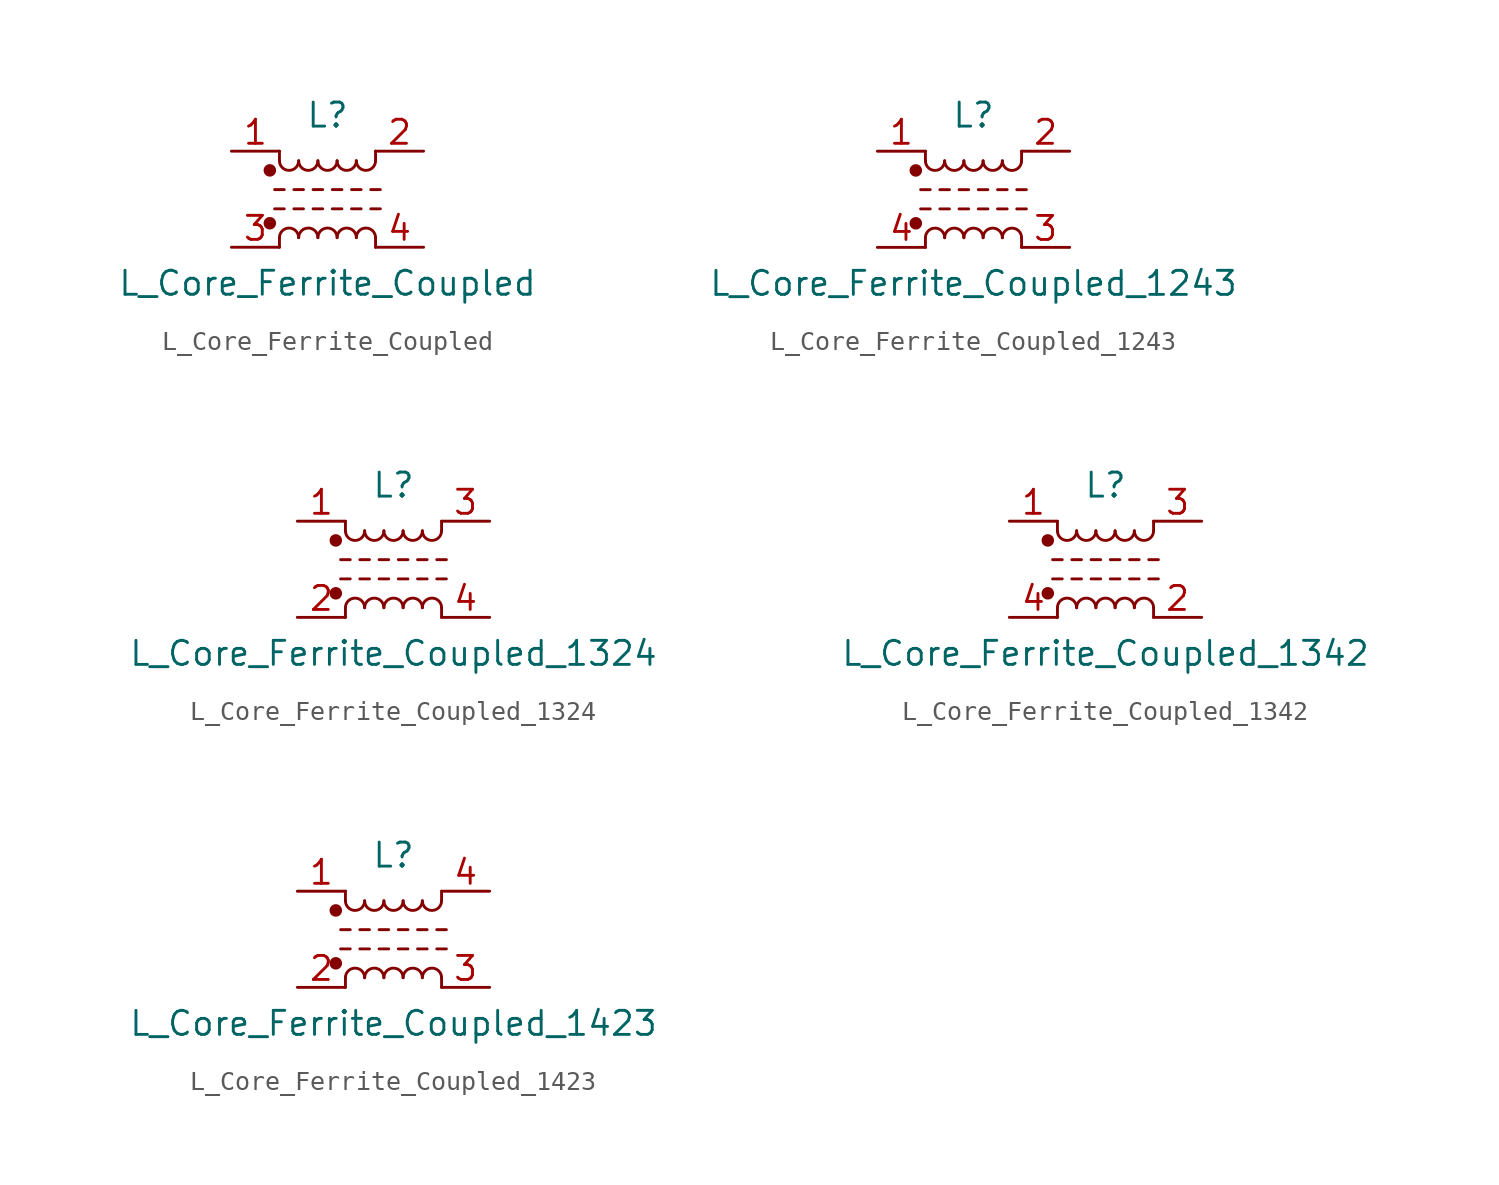
<source format=kicad_sym>
(kicad_symbol_lib
  (version 20211014)
  (generator kicad_symbol_editor)
  (symbol "L_Core_Ferrite_Coupled"
    (pin_names
      (offset 0.254) hide)
    (property "Reference" "L"
      (at 0 4.445 0)
      (effects (font (size 1.27 1.27))))
    (property "Value" "L_Core_Ferrite_Coupled"
      (at 0 -4.445 0)
      (effects (font (size 1.27 1.27))))
    (symbol "L_Core_Ferrite_Coupled_0_1"
      (circle (center -3.048 -1.27) (radius 0.254) (stroke (width 0) (type default) (color 0 0 0 0)) (fill (type outline)))
      (circle (center -3.048 1.524) (radius 0.254) (stroke (width 0) (type default) (color 0 0 0 0)) (fill (type outline)))
      (arc (start -2.54 2.032) (mid -2.032 1.524) (end -1.524 2.032) (stroke (width 0) (type default) (color 0 0 0 0)) (fill (type none)))
      (arc (start -1.524 -2.032) (mid -2.032 -1.524) (end -2.54 -2.032) (stroke (width 0) (type default) (color 0 0 0 0)) (fill (type none)))
      (arc (start -1.524 2.032) (mid -1.016 1.524) (end -0.508 2.032) (stroke (width 0) (type default) (color 0 0 0 0)) (fill (type none)))
      (arc (start -0.508 -2.032) (mid -1.016 -1.524) (end -1.524 -2.032) (stroke (width 0) (type default) (color 0 0 0 0)) (fill (type none)))
      (arc (start -0.508 2.032) (mid 0 1.524) (end 0.508 2.032) (stroke (width 0) (type default) (color 0 0 0 0)) (fill (type none)))
      (polyline (pts (xy -2.794 -0.508) (xy -2.286 -0.508)) (stroke (width 0) (type default) (color 0 0 0 0)) (fill (type none)))
      (polyline (pts (xy -2.794 0.508) (xy -2.286 0.508)) (stroke (width 0) (type default) (color 0 0 0 0)) (fill (type none)))
      (polyline (pts (xy -2.54 -2.032) (xy -2.54 -2.54)) (stroke (width 0) (type default) (color 0 0 0 0)) (fill (type none)))
      (polyline (pts (xy -2.54 2.032) (xy -2.54 2.54)) (stroke (width 0) (type default) (color 0 0 0 0)) (fill (type none)))
      (polyline (pts (xy -1.778 -0.508) (xy -1.27 -0.508)) (stroke (width 0) (type default) (color 0 0 0 0)) (fill (type none)))
      (polyline (pts (xy -1.778 0.508) (xy -1.27 0.508)) (stroke (width 0) (type default) (color 0 0 0 0)) (fill (type none)))
      (polyline (pts (xy -0.762 -0.508) (xy -0.254 -0.508)) (stroke (width 0) (type default) (color 0 0 0 0)) (fill (type none)))
      (polyline (pts (xy -0.762 0.508) (xy -0.254 0.508)) (stroke (width 0) (type default) (color 0 0 0 0)) (fill (type none)))
      (polyline (pts (xy 0.254 -0.508) (xy 0.762 -0.508)) (stroke (width 0) (type default) (color 0 0 0 0)) (fill (type none)))
      (polyline (pts (xy 0.254 0.508) (xy 0.762 0.508)) (stroke (width 0) (type default) (color 0 0 0 0)) (fill (type none)))
      (polyline (pts (xy 1.27 -0.508) (xy 1.778 -0.508)) (stroke (width 0) (type default) (color 0 0 0 0)) (fill (type none)))
      (polyline (pts (xy 1.27 0.508) (xy 1.778 0.508)) (stroke (width 0) (type default) (color 0 0 0 0)) (fill (type none)))
      (polyline (pts (xy 2.286 -0.508) (xy 2.794 -0.508)) (stroke (width 0) (type default) (color 0 0 0 0)) (fill (type none)))
      (polyline (pts (xy 2.286 0.508) (xy 2.794 0.508)) (stroke (width 0) (type default) (color 0 0 0 0)) (fill (type none)))
      (polyline (pts (xy 2.54 -2.032) (xy 2.54 -2.54)) (stroke (width 0) (type default) (color 0 0 0 0)) (fill (type none)))
      (polyline (pts (xy 2.54 2.54) (xy 2.54 2.032)) (stroke (width 0) (type default) (color 0 0 0 0)) (fill (type none)))
      (arc (start 0.508 -2.032) (mid 0 -1.524) (end -0.508 -2.032) (stroke (width 0) (type default) (color 0 0 0 0)) (fill (type none)))
      (arc (start 0.508 2.032) (mid 1.016 1.524) (end 1.524 2.032) (stroke (width 0) (type default) (color 0 0 0 0)) (fill (type none)))
      (arc (start 1.524 -2.032) (mid 1.016 -1.524) (end 0.508 -2.032) (stroke (width 0) (type default) (color 0 0 0 0)) (fill (type none)))
      (arc (start 1.524 2.032) (mid 2.032 1.524) (end 2.54 2.032) (stroke (width 0) (type default) (color 0 0 0 0)) (fill (type none)))
      (arc (start 2.54 -2.032) (mid 2.032 -1.524) (end 1.524 -2.032) (stroke (width 0) (type default) (color 0 0 0 0)) (fill (type none))))
    (symbol "L_Core_Ferrite_Coupled_1_1"
      (pin passive line (at -5.08 2.54 0) (length 2.54) (name "1" (effects (font (size 1.27 1.27)))) (number "1" (effects (font (size 1.27 1.27)))))
      (pin passive line (at 5.08 2.54 180) (length 2.54) (name "2" (effects (font (size 1.27 1.27)))) (number "2" (effects (font (size 1.27 1.27)))))
      (pin passive line (at -5.08 -2.54 0) (length 2.54) (name "3" (effects (font (size 1.27 1.27)))) (number "3" (effects (font (size 1.27 1.27)))))
      (pin passive line (at 5.08 -2.54 180) (length 2.54) (name "4" (effects (font (size 1.27 1.27)))) (number "4" (effects (font (size 1.27 1.27)))))))
  (symbol "L_Core_Ferrite_Coupled_1243"
    (pin_names
      (offset 0.254) hide)
    (property "Reference" "L"
      (at 0 4.445 0)
      (effects (font (size 1.27 1.27))))
    (property "Value" "L_Core_Ferrite_Coupled_1243"
      (at 0 -4.445 0)
      (effects (font (size 1.27 1.27))))
    (symbol "L_Core_Ferrite_Coupled_1243_0_1"
      (circle (center -3.048 -1.27) (radius 0.254) (stroke (width 0) (type default) (color 0 0 0 0)) (fill (type outline)))
      (circle (center -3.048 1.524) (radius 0.254) (stroke (width 0) (type default) (color 0 0 0 0)) (fill (type outline)))
      (arc (start -2.54 2.032) (mid -2.032 1.524) (end -1.524 2.032) (stroke (width 0) (type default) (color 0 0 0 0)) (fill (type none)))
      (arc (start -1.524 -2.032) (mid -2.032 -1.524) (end -2.54 -2.032) (stroke (width 0) (type default) (color 0 0 0 0)) (fill (type none)))
      (arc (start -1.524 2.032) (mid -1.016 1.524) (end -0.508 2.032) (stroke (width 0) (type default) (color 0 0 0 0)) (fill (type none)))
      (arc (start -0.508 -2.032) (mid -1.016 -1.524) (end -1.524 -2.032) (stroke (width 0) (type default) (color 0 0 0 0)) (fill (type none)))
      (arc (start -0.508 2.032) (mid 0 1.524) (end 0.508 2.032) (stroke (width 0) (type default) (color 0 0 0 0)) (fill (type none)))
      (polyline (pts (xy -2.794 -0.508) (xy -2.286 -0.508)) (stroke (width 0) (type default) (color 0 0 0 0)) (fill (type none)))
      (polyline (pts (xy -2.794 0.508) (xy -2.286 0.508)) (stroke (width 0) (type default) (color 0 0 0 0)) (fill (type none)))
      (polyline (pts (xy -2.54 -2.032) (xy -2.54 -2.54)) (stroke (width 0) (type default) (color 0 0 0 0)) (fill (type none)))
      (polyline (pts (xy -2.54 2.032) (xy -2.54 2.54)) (stroke (width 0) (type default) (color 0 0 0 0)) (fill (type none)))
      (polyline (pts (xy -1.778 -0.508) (xy -1.27 -0.508)) (stroke (width 0) (type default) (color 0 0 0 0)) (fill (type none)))
      (polyline (pts (xy -1.778 0.508) (xy -1.27 0.508)) (stroke (width 0) (type default) (color 0 0 0 0)) (fill (type none)))
      (polyline (pts (xy -0.762 -0.508) (xy -0.254 -0.508)) (stroke (width 0) (type default) (color 0 0 0 0)) (fill (type none)))
      (polyline (pts (xy -0.762 0.508) (xy -0.254 0.508)) (stroke (width 0) (type default) (color 0 0 0 0)) (fill (type none)))
      (polyline (pts (xy 0.254 -0.508) (xy 0.762 -0.508)) (stroke (width 0) (type default) (color 0 0 0 0)) (fill (type none)))
      (polyline (pts (xy 0.254 0.508) (xy 0.762 0.508)) (stroke (width 0) (type default) (color 0 0 0 0)) (fill (type none)))
      (polyline (pts (xy 1.27 -0.508) (xy 1.778 -0.508)) (stroke (width 0) (type default) (color 0 0 0 0)) (fill (type none)))
      (polyline (pts (xy 1.27 0.508) (xy 1.778 0.508)) (stroke (width 0) (type default) (color 0 0 0 0)) (fill (type none)))
      (polyline (pts (xy 2.286 -0.508) (xy 2.794 -0.508)) (stroke (width 0) (type default) (color 0 0 0 0)) (fill (type none)))
      (polyline (pts (xy 2.286 0.508) (xy 2.794 0.508)) (stroke (width 0) (type default) (color 0 0 0 0)) (fill (type none)))
      (polyline (pts (xy 2.54 -2.032) (xy 2.54 -2.54)) (stroke (width 0) (type default) (color 0 0 0 0)) (fill (type none)))
      (polyline (pts (xy 2.54 2.54) (xy 2.54 2.032)) (stroke (width 0) (type default) (color 0 0 0 0)) (fill (type none)))
      (arc (start 0.508 -2.032) (mid 0 -1.524) (end -0.508 -2.032) (stroke (width 0) (type default) (color 0 0 0 0)) (fill (type none)))
      (arc (start 0.508 2.032) (mid 1.016 1.524) (end 1.524 2.032) (stroke (width 0) (type default) (color 0 0 0 0)) (fill (type none)))
      (arc (start 1.524 -2.032) (mid 1.016 -1.524) (end 0.508 -2.032) (stroke (width 0) (type default) (color 0 0 0 0)) (fill (type none)))
      (arc (start 1.524 2.032) (mid 2.032 1.524) (end 2.54 2.032) (stroke (width 0) (type default) (color 0 0 0 0)) (fill (type none)))
      (arc (start 2.54 -2.032) (mid 2.032 -1.524) (end 1.524 -2.032) (stroke (width 0) (type default) (color 0 0 0 0)) (fill (type none))))
    (symbol "L_Core_Ferrite_Coupled_1243_1_1"
      (pin passive line (at -5.08 2.54 0) (length 2.54) (name "1" (effects (font (size 1.27 1.27)))) (number "1" (effects (font (size 1.27 1.27)))))
      (pin passive line (at 5.08 2.54 180) (length 2.54) (name "2" (effects (font (size 1.27 1.27)))) (number "2" (effects (font (size 1.27 1.27)))))
      (pin passive line (at 5.08 -2.54 180) (length 2.54) (name "3" (effects (font (size 1.27 1.27)))) (number "3" (effects (font (size 1.27 1.27)))))
      (pin passive line (at -5.08 -2.54 0) (length 2.54) (name "4" (effects (font (size 1.27 1.27)))) (number "4" (effects (font (size 1.27 1.27)))))))
  (symbol "L_Core_Ferrite_Coupled_1324"
    (pin_names
      (offset 0.254) hide)
    (property "Reference" "L"
      (at 0 4.445 0)
      (effects (font (size 1.27 1.27))))
    (property "Value" "L_Core_Ferrite_Coupled_1324"
      (at 0 -4.445 0)
      (effects (font (size 1.27 1.27))))
    (symbol "L_Core_Ferrite_Coupled_1324_0_1"
      (circle (center -3.048 -1.27) (radius 0.254) (stroke (width 0) (type default) (color 0 0 0 0)) (fill (type outline)))
      (circle (center -3.048 1.524) (radius 0.254) (stroke (width 0) (type default) (color 0 0 0 0)) (fill (type outline)))
      (arc (start -2.54 2.032) (mid -2.032 1.524) (end -1.524 2.032) (stroke (width 0) (type default) (color 0 0 0 0)) (fill (type none)))
      (arc (start -1.524 -2.032) (mid -2.032 -1.524) (end -2.54 -2.032) (stroke (width 0) (type default) (color 0 0 0 0)) (fill (type none)))
      (arc (start -1.524 2.032) (mid -1.016 1.524) (end -0.508 2.032) (stroke (width 0) (type default) (color 0 0 0 0)) (fill (type none)))
      (arc (start -0.508 -2.032) (mid -1.016 -1.524) (end -1.524 -2.032) (stroke (width 0) (type default) (color 0 0 0 0)) (fill (type none)))
      (arc (start -0.508 2.032) (mid 0 1.524) (end 0.508 2.032) (stroke (width 0) (type default) (color 0 0 0 0)) (fill (type none)))
      (polyline (pts (xy -2.794 -0.508) (xy -2.286 -0.508)) (stroke (width 0) (type default) (color 0 0 0 0)) (fill (type none)))
      (polyline (pts (xy -2.794 0.508) (xy -2.286 0.508)) (stroke (width 0) (type default) (color 0 0 0 0)) (fill (type none)))
      (polyline (pts (xy -2.54 -2.032) (xy -2.54 -2.54)) (stroke (width 0) (type default) (color 0 0 0 0)) (fill (type none)))
      (polyline (pts (xy -2.54 2.032) (xy -2.54 2.54)) (stroke (width 0) (type default) (color 0 0 0 0)) (fill (type none)))
      (polyline (pts (xy -1.778 -0.508) (xy -1.27 -0.508)) (stroke (width 0) (type default) (color 0 0 0 0)) (fill (type none)))
      (polyline (pts (xy -1.778 0.508) (xy -1.27 0.508)) (stroke (width 0) (type default) (color 0 0 0 0)) (fill (type none)))
      (polyline (pts (xy -0.762 -0.508) (xy -0.254 -0.508)) (stroke (width 0) (type default) (color 0 0 0 0)) (fill (type none)))
      (polyline (pts (xy -0.762 0.508) (xy -0.254 0.508)) (stroke (width 0) (type default) (color 0 0 0 0)) (fill (type none)))
      (polyline (pts (xy 0.254 -0.508) (xy 0.762 -0.508)) (stroke (width 0) (type default) (color 0 0 0 0)) (fill (type none)))
      (polyline (pts (xy 0.254 0.508) (xy 0.762 0.508)) (stroke (width 0) (type default) (color 0 0 0 0)) (fill (type none)))
      (polyline (pts (xy 1.27 -0.508) (xy 1.778 -0.508)) (stroke (width 0) (type default) (color 0 0 0 0)) (fill (type none)))
      (polyline (pts (xy 1.27 0.508) (xy 1.778 0.508)) (stroke (width 0) (type default) (color 0 0 0 0)) (fill (type none)))
      (polyline (pts (xy 2.286 -0.508) (xy 2.794 -0.508)) (stroke (width 0) (type default) (color 0 0 0 0)) (fill (type none)))
      (polyline (pts (xy 2.286 0.508) (xy 2.794 0.508)) (stroke (width 0) (type default) (color 0 0 0 0)) (fill (type none)))
      (polyline (pts (xy 2.54 -2.032) (xy 2.54 -2.54)) (stroke (width 0) (type default) (color 0 0 0 0)) (fill (type none)))
      (polyline (pts (xy 2.54 2.54) (xy 2.54 2.032)) (stroke (width 0) (type default) (color 0 0 0 0)) (fill (type none)))
      (arc (start 0.508 -2.032) (mid 0 -1.524) (end -0.508 -2.032) (stroke (width 0) (type default) (color 0 0 0 0)) (fill (type none)))
      (arc (start 0.508 2.032) (mid 1.016 1.524) (end 1.524 2.032) (stroke (width 0) (type default) (color 0 0 0 0)) (fill (type none)))
      (arc (start 1.524 -2.032) (mid 1.016 -1.524) (end 0.508 -2.032) (stroke (width 0) (type default) (color 0 0 0 0)) (fill (type none)))
      (arc (start 1.524 2.032) (mid 2.032 1.524) (end 2.54 2.032) (stroke (width 0) (type default) (color 0 0 0 0)) (fill (type none)))
      (arc (start 2.54 -2.032) (mid 2.032 -1.524) (end 1.524 -2.032) (stroke (width 0) (type default) (color 0 0 0 0)) (fill (type none))))
    (symbol "L_Core_Ferrite_Coupled_1324_1_1"
      (pin passive line (at -5.08 2.54 0) (length 2.54) (name "1" (effects (font (size 1.27 1.27)))) (number "1" (effects (font (size 1.27 1.27)))))
      (pin passive line (at -5.08 -2.54 0) (length 2.54) (name "2" (effects (font (size 1.27 1.27)))) (number "2" (effects (font (size 1.27 1.27)))))
      (pin passive line (at 5.08 2.54 180) (length 2.54) (name "3" (effects (font (size 1.27 1.27)))) (number "3" (effects (font (size 1.27 1.27)))))
      (pin passive line (at 5.08 -2.54 180) (length 2.54) (name "4" (effects (font (size 1.27 1.27)))) (number "4" (effects (font (size 1.27 1.27)))))))
  (symbol "L_Core_Ferrite_Coupled_1342"
    (pin_names
      (offset 0.254) hide)
    (property "Reference" "L"
      (at 0 4.445 0)
      (effects (font (size 1.27 1.27))))
    (property "Value" "L_Core_Ferrite_Coupled_1342"
      (at 0 -4.445 0)
      (effects (font (size 1.27 1.27))))
    (symbol "L_Core_Ferrite_Coupled_1342_0_1"
      (circle (center -3.048 -1.27) (radius 0.254) (stroke (width 0) (type default) (color 0 0 0 0)) (fill (type outline)))
      (circle (center -3.048 1.524) (radius 0.254) (stroke (width 0) (type default) (color 0 0 0 0)) (fill (type outline)))
      (arc (start -2.54 2.032) (mid -2.032 1.524) (end -1.524 2.032) (stroke (width 0) (type default) (color 0 0 0 0)) (fill (type none)))
      (arc (start -1.524 -2.032) (mid -2.032 -1.524) (end -2.54 -2.032) (stroke (width 0) (type default) (color 0 0 0 0)) (fill (type none)))
      (arc (start -1.524 2.032) (mid -1.016 1.524) (end -0.508 2.032) (stroke (width 0) (type default) (color 0 0 0 0)) (fill (type none)))
      (arc (start -0.508 -2.032) (mid -1.016 -1.524) (end -1.524 -2.032) (stroke (width 0) (type default) (color 0 0 0 0)) (fill (type none)))
      (arc (start -0.508 2.032) (mid 0 1.524) (end 0.508 2.032) (stroke (width 0) (type default) (color 0 0 0 0)) (fill (type none)))
      (polyline (pts (xy -2.794 -0.508) (xy -2.286 -0.508)) (stroke (width 0) (type default) (color 0 0 0 0)) (fill (type none)))
      (polyline (pts (xy -2.794 0.508) (xy -2.286 0.508)) (stroke (width 0) (type default) (color 0 0 0 0)) (fill (type none)))
      (polyline (pts (xy -2.54 -2.032) (xy -2.54 -2.54)) (stroke (width 0) (type default) (color 0 0 0 0)) (fill (type none)))
      (polyline (pts (xy -2.54 2.032) (xy -2.54 2.54)) (stroke (width 0) (type default) (color 0 0 0 0)) (fill (type none)))
      (polyline (pts (xy -1.778 -0.508) (xy -1.27 -0.508)) (stroke (width 0) (type default) (color 0 0 0 0)) (fill (type none)))
      (polyline (pts (xy -1.778 0.508) (xy -1.27 0.508)) (stroke (width 0) (type default) (color 0 0 0 0)) (fill (type none)))
      (polyline (pts (xy -0.762 -0.508) (xy -0.254 -0.508)) (stroke (width 0) (type default) (color 0 0 0 0)) (fill (type none)))
      (polyline (pts (xy -0.762 0.508) (xy -0.254 0.508)) (stroke (width 0) (type default) (color 0 0 0 0)) (fill (type none)))
      (polyline (pts (xy 0.254 -0.508) (xy 0.762 -0.508)) (stroke (width 0) (type default) (color 0 0 0 0)) (fill (type none)))
      (polyline (pts (xy 0.254 0.508) (xy 0.762 0.508)) (stroke (width 0) (type default) (color 0 0 0 0)) (fill (type none)))
      (polyline (pts (xy 1.27 -0.508) (xy 1.778 -0.508)) (stroke (width 0) (type default) (color 0 0 0 0)) (fill (type none)))
      (polyline (pts (xy 1.27 0.508) (xy 1.778 0.508)) (stroke (width 0) (type default) (color 0 0 0 0)) (fill (type none)))
      (polyline (pts (xy 2.286 -0.508) (xy 2.794 -0.508)) (stroke (width 0) (type default) (color 0 0 0 0)) (fill (type none)))
      (polyline (pts (xy 2.286 0.508) (xy 2.794 0.508)) (stroke (width 0) (type default) (color 0 0 0 0)) (fill (type none)))
      (polyline (pts (xy 2.54 -2.032) (xy 2.54 -2.54)) (stroke (width 0) (type default) (color 0 0 0 0)) (fill (type none)))
      (polyline (pts (xy 2.54 2.54) (xy 2.54 2.032)) (stroke (width 0) (type default) (color 0 0 0 0)) (fill (type none)))
      (arc (start 0.508 -2.032) (mid 0 -1.524) (end -0.508 -2.032) (stroke (width 0) (type default) (color 0 0 0 0)) (fill (type none)))
      (arc (start 0.508 2.032) (mid 1.016 1.524) (end 1.524 2.032) (stroke (width 0) (type default) (color 0 0 0 0)) (fill (type none)))
      (arc (start 1.524 -2.032) (mid 1.016 -1.524) (end 0.508 -2.032) (stroke (width 0) (type default) (color 0 0 0 0)) (fill (type none)))
      (arc (start 1.524 2.032) (mid 2.032 1.524) (end 2.54 2.032) (stroke (width 0) (type default) (color 0 0 0 0)) (fill (type none)))
      (arc (start 2.54 -2.032) (mid 2.032 -1.524) (end 1.524 -2.032) (stroke (width 0) (type default) (color 0 0 0 0)) (fill (type none))))
    (symbol "L_Core_Ferrite_Coupled_1342_1_1"
      (pin passive line (at -5.08 2.54 0) (length 2.54) (name "1" (effects (font (size 1.27 1.27)))) (number "1" (effects (font (size 1.27 1.27)))))
      (pin passive line (at 5.08 -2.54 180) (length 2.54) (name "2" (effects (font (size 1.27 1.27)))) (number "2" (effects (font (size 1.27 1.27)))))
      (pin passive line (at 5.08 2.54 180) (length 2.54) (name "3" (effects (font (size 1.27 1.27)))) (number "3" (effects (font (size 1.27 1.27)))))
      (pin passive line (at -5.08 -2.54 0) (length 2.54) (name "4" (effects (font (size 1.27 1.27)))) (number "4" (effects (font (size 1.27 1.27)))))))
  (symbol "L_Core_Ferrite_Coupled_1423"
    (pin_names
      (offset 0.254) hide)
    (property "Reference" "L"
      (at 0 4.445 0)
      (effects (font (size 1.27 1.27))))
    (property "Value" "L_Core_Ferrite_Coupled_1423"
      (at 0 -4.445 0)
      (effects (font (size 1.27 1.27))))
    (symbol "L_Core_Ferrite_Coupled_1423_0_1"
      (circle (center -3.048 -1.27) (radius 0.254) (stroke (width 0) (type default) (color 0 0 0 0)) (fill (type outline)))
      (circle (center -3.048 1.524) (radius 0.254) (stroke (width 0) (type default) (color 0 0 0 0)) (fill (type outline)))
      (arc (start -2.54 2.032) (mid -2.032 1.524) (end -1.524 2.032) (stroke (width 0) (type default) (color 0 0 0 0)) (fill (type none)))
      (arc (start -1.524 -2.032) (mid -2.032 -1.524) (end -2.54 -2.032) (stroke (width 0) (type default) (color 0 0 0 0)) (fill (type none)))
      (arc (start -1.524 2.032) (mid -1.016 1.524) (end -0.508 2.032) (stroke (width 0) (type default) (color 0 0 0 0)) (fill (type none)))
      (arc (start -0.508 -2.032) (mid -1.016 -1.524) (end -1.524 -2.032) (stroke (width 0) (type default) (color 0 0 0 0)) (fill (type none)))
      (arc (start -0.508 2.032) (mid 0 1.524) (end 0.508 2.032) (stroke (width 0) (type default) (color 0 0 0 0)) (fill (type none)))
      (polyline (pts (xy -2.794 -0.508) (xy -2.286 -0.508)) (stroke (width 0) (type default) (color 0 0 0 0)) (fill (type none)))
      (polyline (pts (xy -2.794 0.508) (xy -2.286 0.508)) (stroke (width 0) (type default) (color 0 0 0 0)) (fill (type none)))
      (polyline (pts (xy -2.54 -2.032) (xy -2.54 -2.54)) (stroke (width 0) (type default) (color 0 0 0 0)) (fill (type none)))
      (polyline (pts (xy -2.54 2.032) (xy -2.54 2.54)) (stroke (width 0) (type default) (color 0 0 0 0)) (fill (type none)))
      (polyline (pts (xy -1.778 -0.508) (xy -1.27 -0.508)) (stroke (width 0) (type default) (color 0 0 0 0)) (fill (type none)))
      (polyline (pts (xy -1.778 0.508) (xy -1.27 0.508)) (stroke (width 0) (type default) (color 0 0 0 0)) (fill (type none)))
      (polyline (pts (xy -0.762 -0.508) (xy -0.254 -0.508)) (stroke (width 0) (type default) (color 0 0 0 0)) (fill (type none)))
      (polyline (pts (xy -0.762 0.508) (xy -0.254 0.508)) (stroke (width 0) (type default) (color 0 0 0 0)) (fill (type none)))
      (polyline (pts (xy 0.254 -0.508) (xy 0.762 -0.508)) (stroke (width 0) (type default) (color 0 0 0 0)) (fill (type none)))
      (polyline (pts (xy 0.254 0.508) (xy 0.762 0.508)) (stroke (width 0) (type default) (color 0 0 0 0)) (fill (type none)))
      (polyline (pts (xy 1.27 -0.508) (xy 1.778 -0.508)) (stroke (width 0) (type default) (color 0 0 0 0)) (fill (type none)))
      (polyline (pts (xy 1.27 0.508) (xy 1.778 0.508)) (stroke (width 0) (type default) (color 0 0 0 0)) (fill (type none)))
      (polyline (pts (xy 2.286 -0.508) (xy 2.794 -0.508)) (stroke (width 0) (type default) (color 0 0 0 0)) (fill (type none)))
      (polyline (pts (xy 2.286 0.508) (xy 2.794 0.508)) (stroke (width 0) (type default) (color 0 0 0 0)) (fill (type none)))
      (polyline (pts (xy 2.54 -2.032) (xy 2.54 -2.54)) (stroke (width 0) (type default) (color 0 0 0 0)) (fill (type none)))
      (polyline (pts (xy 2.54 2.54) (xy 2.54 2.032)) (stroke (width 0) (type default) (color 0 0 0 0)) (fill (type none)))
      (arc (start 0.508 -2.032) (mid 0 -1.524) (end -0.508 -2.032) (stroke (width 0) (type default) (color 0 0 0 0)) (fill (type none)))
      (arc (start 0.508 2.032) (mid 1.016 1.524) (end 1.524 2.032) (stroke (width 0) (type default) (color 0 0 0 0)) (fill (type none)))
      (arc (start 1.524 -2.032) (mid 1.016 -1.524) (end 0.508 -2.032) (stroke (width 0) (type default) (color 0 0 0 0)) (fill (type none)))
      (arc (start 1.524 2.032) (mid 2.032 1.524) (end 2.54 2.032) (stroke (width 0) (type default) (color 0 0 0 0)) (fill (type none)))
      (arc (start 2.54 -2.032) (mid 2.032 -1.524) (end 1.524 -2.032) (stroke (width 0) (type default) (color 0 0 0 0)) (fill (type none))))
    (symbol "L_Core_Ferrite_Coupled_1423_1_1"
      (pin passive line (at -5.08 2.54 0) (length 2.54) (name "1" (effects (font (size 1.27 1.27)))) (number "1" (effects (font (size 1.27 1.27)))))
      (pin passive line (at -5.08 -2.54 0) (length 2.54) (name "2" (effects (font (size 1.27 1.27)))) (number "2" (effects (font (size 1.27 1.27)))))
      (pin passive line (at 5.08 -2.54 180) (length 2.54) (name "3" (effects (font (size 1.27 1.27)))) (number "3" (effects (font (size 1.27 1.27)))))
      (pin passive line (at 5.08 2.54 180) (length 2.54) (name "4" (effects (font (size 1.27 1.27)))) (number "4" (effects (font (size 1.27 1.27))))))))
</source>
